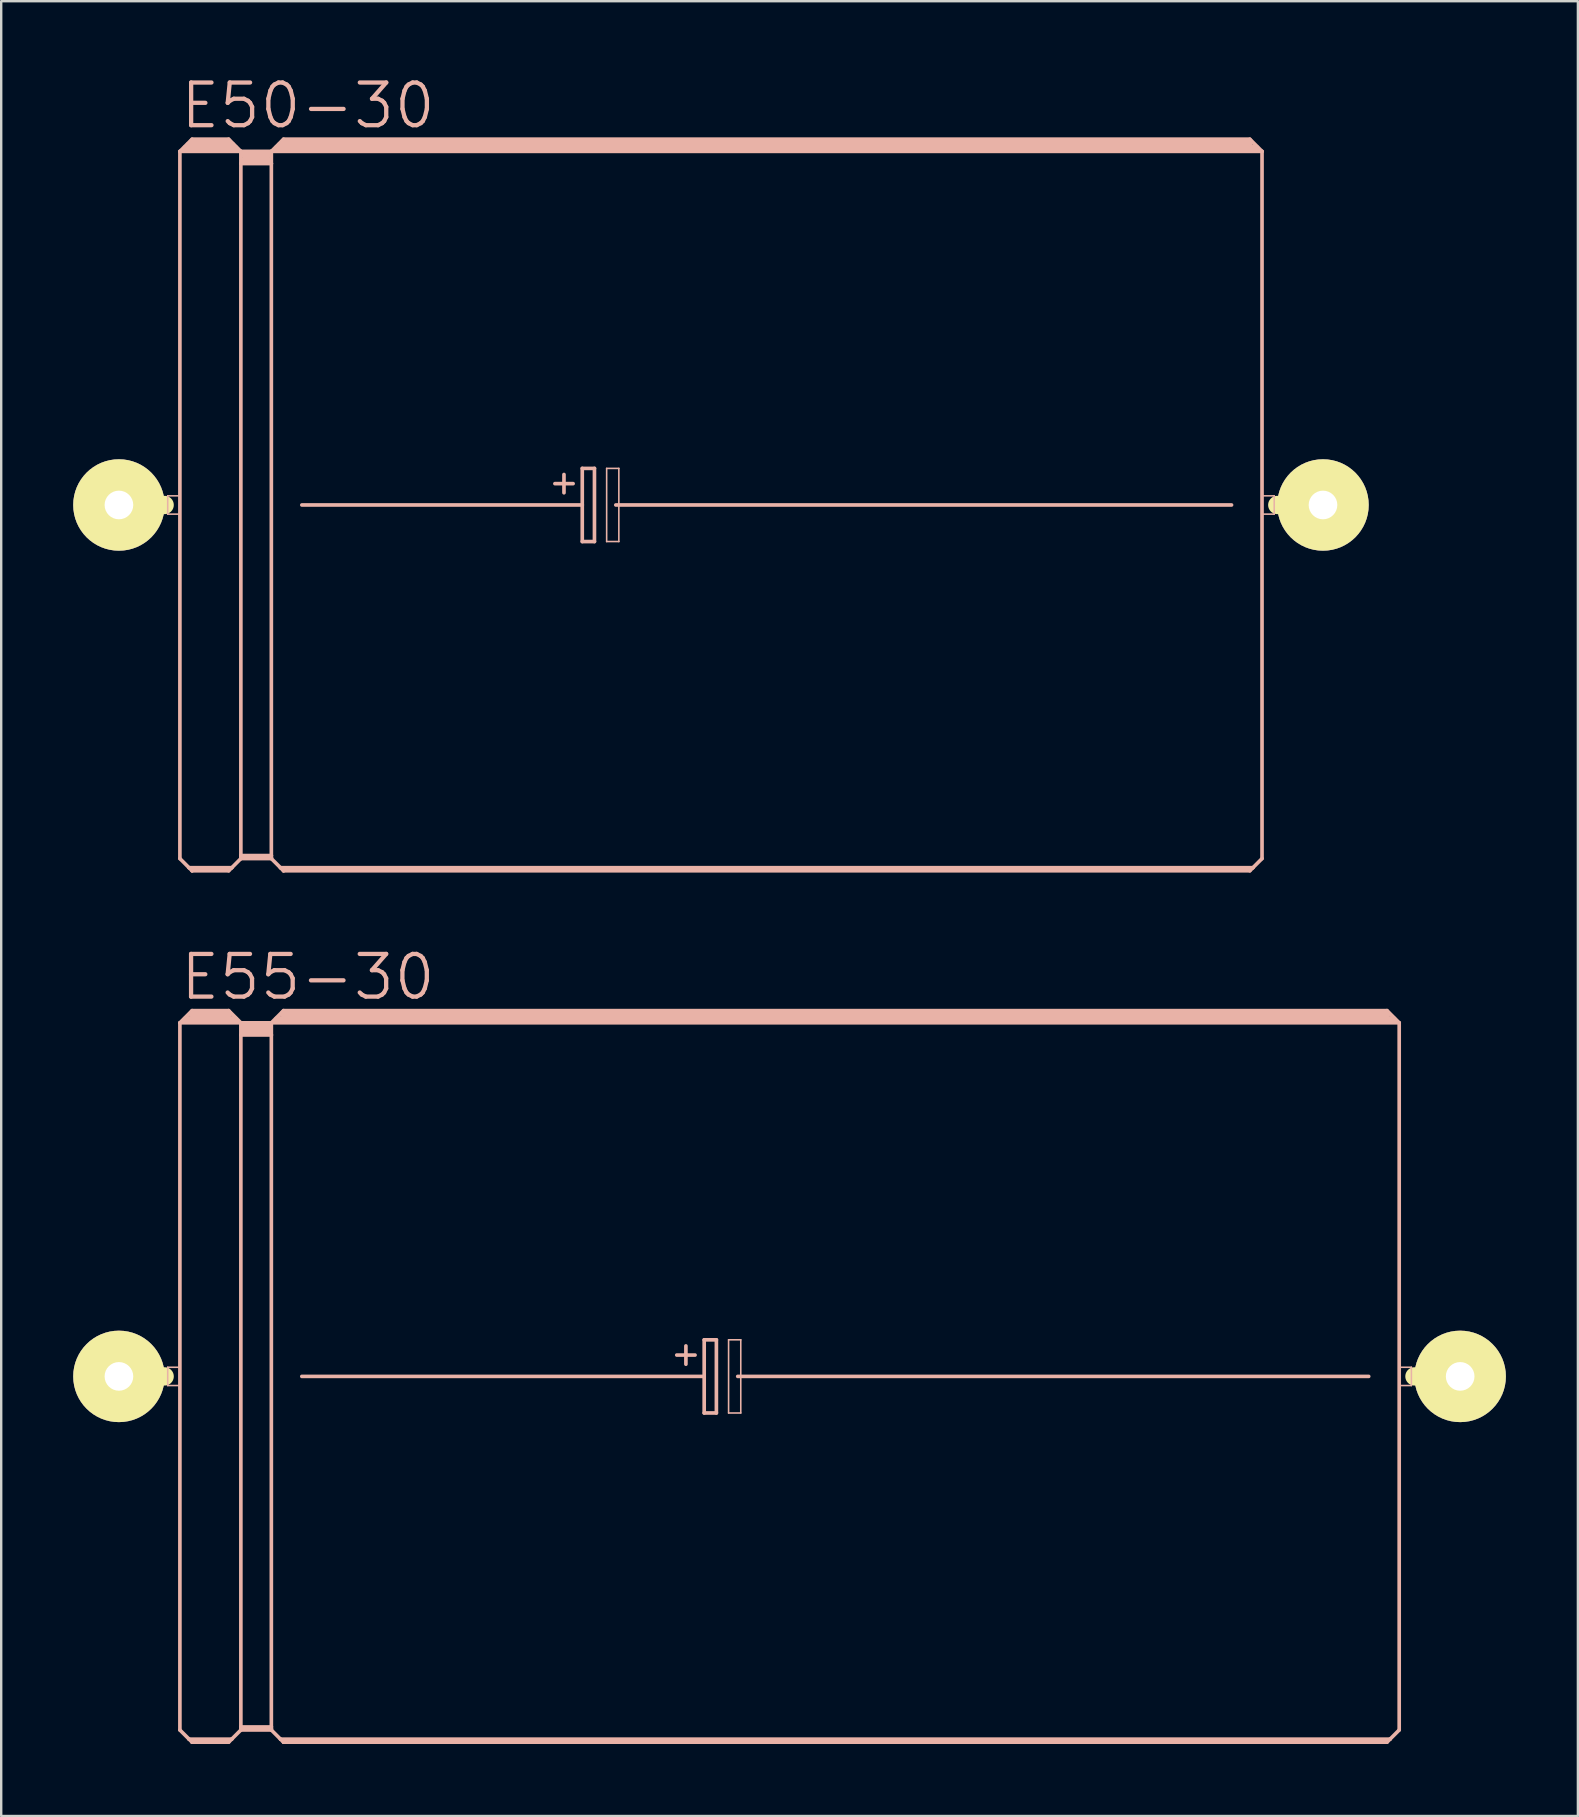
<source format=kicad_pcb>
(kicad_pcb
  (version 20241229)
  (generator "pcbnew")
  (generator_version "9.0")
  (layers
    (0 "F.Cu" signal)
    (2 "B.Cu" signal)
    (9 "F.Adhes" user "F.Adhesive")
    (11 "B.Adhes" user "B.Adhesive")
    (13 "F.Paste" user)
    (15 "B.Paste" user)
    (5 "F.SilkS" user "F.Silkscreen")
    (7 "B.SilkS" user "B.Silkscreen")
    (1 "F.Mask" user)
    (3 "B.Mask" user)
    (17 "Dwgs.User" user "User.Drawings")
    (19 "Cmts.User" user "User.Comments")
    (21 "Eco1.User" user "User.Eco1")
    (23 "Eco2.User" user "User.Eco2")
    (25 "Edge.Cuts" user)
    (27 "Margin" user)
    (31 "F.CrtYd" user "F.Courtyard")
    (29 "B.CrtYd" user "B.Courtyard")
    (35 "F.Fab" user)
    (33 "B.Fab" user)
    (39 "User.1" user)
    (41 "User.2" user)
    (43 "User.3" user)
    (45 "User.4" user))
  (footprint "E55-30"
    (layer "F.Cu")
    (at 29.845 54.295)
    (property "Reference" "E55-30" (at -20.066 -16.637 0) (layer "B.SilkS") (effects (font (size 1.778 1.778) (thickness 0.178))))
    (attr exclude_from_pos_files exclude_from_bom)
    (fp_line (start -27.94 0) (end -26.035 0) (stroke (width 0.762) (type solid)) (layer "F.SilkS"))
    (fp_line (start 27.94 0) (end 26.035 0) (stroke (width 0.762) (type solid)) (layer "F.SilkS"))
    (fp_line (start -25.908 -0.381) (end -25.4 -0.381) (stroke (width 0.066) (type solid)) (layer "B.SilkS"))
    (fp_line (start -25.908 0.381) (end -25.908 -0.381) (stroke (width 0.066) (type solid)) (layer "B.SilkS"))
    (fp_line (start -25.908 0.381) (end -25.4 0.381) (stroke (width 0.066) (type solid)) (layer "B.SilkS"))
    (fp_line (start -25.4 -14.732) (end -25.4 14.732) (stroke (width 0.152) (type solid)) (layer "B.SilkS"))
    (fp_line (start -25.4 -14.732) (end -24.892 -15.24) (stroke (width 0.152) (type solid)) (layer "B.SilkS"))
    (fp_line (start -25.4 -14.732) (end -22.86 -14.732) (stroke (width 0.152) (type solid)) (layer "B.SilkS"))
    (fp_line (start -25.4 0.381) (end -25.4 -0.381) (stroke (width 0.066) (type solid)) (layer "B.SilkS"))
    (fp_line (start -25.4 14.732) (end -25.019 15.113) (stroke (width 0.152) (type solid)) (layer "B.SilkS"))
    (fp_line (start -25.146 -14.859) (end -23.114 -14.859) (stroke (width 0.305) (type solid)) (layer "B.SilkS"))
    (fp_line (start -25.019 15.113) (end -24.892 15.24) (stroke (width 0.152) (type solid)) (layer "B.SilkS"))
    (fp_line (start -25.019 15.113) (end -23.241 15.113) (stroke (width 0.152) (type solid)) (layer "B.SilkS"))
    (fp_line (start -24.892 -15.24) (end -23.368 -15.24) (stroke (width 0.152) (type solid)) (layer "B.SilkS"))
    (fp_line (start -24.892 -15.113) (end -23.368 -15.113) (stroke (width 0.305) (type solid)) (layer "B.SilkS"))
    (fp_line (start -24.892 15.189) (end -23.368 15.189) (stroke (width 0.152) (type solid)) (layer "B.SilkS"))
    (fp_line (start -24.892 15.24) (end -24.892 15.189) (stroke (width 0.152) (type solid)) (layer "B.SilkS"))
    (fp_line (start -24.892 15.24) (end -23.368 15.24) (stroke (width 0.152) (type solid)) (layer "B.SilkS"))
    (fp_line (start -23.368 -15.24) (end -22.86 -14.732) (stroke (width 0.152) (type solid)) (layer "B.SilkS"))
    (fp_line (start -23.368 15.24) (end -23.241 15.113) (stroke (width 0.152) (type solid)) (layer "B.SilkS"))
    (fp_line (start -23.241 15.113) (end -22.86 14.732) (stroke (width 0.152) (type solid)) (layer "B.SilkS"))
    (fp_line (start -22.86 -14.732) (end -21.59 -14.732) (stroke (width 0.152) (type solid)) (layer "B.SilkS"))
    (fp_line (start -22.86 -14.224) (end -22.86 -14.732) (stroke (width 0.152) (type solid)) (layer "B.SilkS"))
    (fp_line (start -22.86 -14.224) (end -21.59 -14.224) (stroke (width 0.152) (type solid)) (layer "B.SilkS"))
    (fp_line (start -22.86 14.605) (end -22.86 -14.224) (stroke (width 0.152) (type solid)) (layer "B.SilkS"))
    (fp_line (start -22.86 14.605) (end -21.59 14.605) (stroke (width 0.152) (type solid)) (layer "B.SilkS"))
    (fp_line (start -22.86 14.681) (end -22.86 14.605) (stroke (width 0.152) (type solid)) (layer "B.SilkS"))
    (fp_line (start -22.86 14.681) (end -21.59 14.681) (stroke (width 0.152) (type solid)) (layer "B.SilkS"))
    (fp_line (start -22.86 14.732) (end -22.86 14.681) (stroke (width 0.152) (type solid)) (layer "B.SilkS"))
    (fp_line (start -22.86 14.732) (end -21.59 14.732) (stroke (width 0.152) (type solid)) (layer "B.SilkS"))
    (fp_line (start -22.733 -14.605) (end -21.717 -14.605) (stroke (width 0.305) (type solid)) (layer "B.SilkS"))
    (fp_line (start -22.733 -14.348) (end -21.717 -14.348) (stroke (width 0.305) (type solid)) (layer "B.SilkS"))
    (fp_line (start -21.59 -14.732) (end -21.082 -15.24) (stroke (width 0.152) (type solid)) (layer "B.SilkS"))
    (fp_line (start -21.59 -14.732) (end 25.4 -14.732) (stroke (width 0.152) (type solid)) (layer "B.SilkS"))
    (fp_line (start -21.59 -14.224) (end -21.59 -14.732) (stroke (width 0.152) (type solid)) (layer "B.SilkS"))
    (fp_line (start -21.59 14.605) (end -21.59 -14.224) (stroke (width 0.152) (type solid)) (layer "B.SilkS"))
    (fp_line (start -21.59 14.681) (end -21.59 14.605) (stroke (width 0.152) (type solid)) (layer "B.SilkS"))
    (fp_line (start -21.59 14.732) (end -21.59 14.681) (stroke (width 0.152) (type solid)) (layer "B.SilkS"))
    (fp_line (start -21.59 14.732) (end -21.209 15.113) (stroke (width 0.152) (type solid)) (layer "B.SilkS"))
    (fp_line (start -21.336 -14.859) (end 25.146 -14.859) (stroke (width 0.305) (type solid)) (layer "B.SilkS"))
    (fp_line (start -21.209 15.113) (end -21.082 15.24) (stroke (width 0.152) (type solid)) (layer "B.SilkS"))
    (fp_line (start -21.209 15.113) (end 25.019 15.113) (stroke (width 0.152) (type solid)) (layer "B.SilkS"))
    (fp_line (start -21.082 -15.24) (end 24.892 -15.24) (stroke (width 0.152) (type solid)) (layer "B.SilkS"))
    (fp_line (start -21.082 -15.113) (end 24.892 -15.113) (stroke (width 0.305) (type solid)) (layer "B.SilkS"))
    (fp_line (start -21.082 15.189) (end 24.892 15.189) (stroke (width 0.152) (type solid)) (layer "B.SilkS"))
    (fp_line (start -21.082 15.24) (end -21.082 15.189) (stroke (width 0.152) (type solid)) (layer "B.SilkS"))
    (fp_line (start -21.082 15.24) (end 24.892 15.24) (stroke (width 0.152) (type solid)) (layer "B.SilkS"))
    (fp_line (start -20.32 0) (end -3.556 0) (stroke (width 0.152) (type solid)) (layer "B.SilkS"))
    (fp_line (start -4.699 -0.889) (end -3.937 -0.889) (stroke (width 0.152) (type solid)) (layer "B.SilkS"))
    (fp_line (start -4.318 -1.27) (end -4.318 -0.508) (stroke (width 0.152) (type solid)) (layer "B.SilkS"))
    (fp_line (start -3.556 -1.524) (end -3.556 0) (stroke (width 0.152) (type solid)) (layer "B.SilkS"))
    (fp_line (start -3.556 0) (end -3.556 1.524) (stroke (width 0.152) (type solid)) (layer "B.SilkS"))
    (fp_line (start -3.556 1.524) (end -3.048 1.524) (stroke (width 0.152) (type solid)) (layer "B.SilkS"))
    (fp_line (start -3.048 -1.524) (end -3.556 -1.524) (stroke (width 0.152) (type solid)) (layer "B.SilkS"))
    (fp_line (start -3.048 1.524) (end -3.048 -1.524) (stroke (width 0.152) (type solid)) (layer "B.SilkS"))
    (fp_line (start -2.54 -1.524) (end -2.032 -1.524) (stroke (width 0.066) (type solid)) (layer "B.SilkS"))
    (fp_line (start -2.54 1.524) (end -2.54 -1.524) (stroke (width 0.066) (type solid)) (layer "B.SilkS"))
    (fp_line (start -2.54 1.524) (end -2.032 1.524) (stroke (width 0.066) (type solid)) (layer "B.SilkS"))
    (fp_line (start -2.159 0) (end 24.13 0) (stroke (width 0.152) (type solid)) (layer "B.SilkS"))
    (fp_line (start -2.032 1.524) (end -2.032 -1.524) (stroke (width 0.066) (type solid)) (layer "B.SilkS"))
    (fp_line (start 24.892 -15.24) (end 25.4 -14.732) (stroke (width 0.152) (type solid)) (layer "B.SilkS"))
    (fp_line (start 24.892 15.24) (end 25.019 15.113) (stroke (width 0.152) (type solid)) (layer "B.SilkS"))
    (fp_line (start 25.019 15.113) (end 25.4 14.732) (stroke (width 0.152) (type solid)) (layer "B.SilkS"))
    (fp_line (start 25.4 -14.732) (end 25.4 14.732) (stroke (width 0.152) (type solid)) (layer "B.SilkS"))
    (fp_line (start 25.4 -0.381) (end 25.908 -0.381) (stroke (width 0.066) (type solid)) (layer "B.SilkS"))
    (fp_line (start 25.4 0.381) (end 25.4 -0.381) (stroke (width 0.066) (type solid)) (layer "B.SilkS"))
    (fp_line (start 25.4 0.381) (end 25.908 0.381) (stroke (width 0.066) (type solid)) (layer "B.SilkS"))
    (fp_line (start 25.908 0.381) (end 25.908 -0.381) (stroke (width 0.066) (type solid)) (layer "B.SilkS"))
    (pad "+" thru_hole circle (at -27.94 0) (size 3.81 3.81) (drill 1.194) (layers "*.Cu" "F.Mask" "F.SilkS" "F.Paste"))
    (pad "-" thru_hole circle (at 27.94 0) (size 3.81 3.81) (drill 1.194) (layers "*.Cu" "F.Mask" "F.SilkS" "F.Paste")))
  (footprint "E50-30"
    (layer "F.Cu")
    (at 27.305 17.989)
    (property "Reference" "E50-30" (at -17.523 -16.637 0) (layer "B.SilkS") (effects (font (size 1.778 1.778) (thickness 0.178))))
    (attr exclude_from_pos_files exclude_from_bom)
    (fp_line (start -25.4 0) (end -23.495 0) (stroke (width 0.762) (type solid)) (layer "F.SilkS"))
    (fp_line (start 24.765 0) (end 22.86 0) (stroke (width 0.762) (type solid)) (layer "F.SilkS"))
    (fp_line (start -23.368 -0.381) (end -22.86 -0.381) (stroke (width 0.066) (type solid)) (layer "B.SilkS"))
    (fp_line (start -23.368 0.381) (end -23.368 -0.381) (stroke (width 0.066) (type solid)) (layer "B.SilkS"))
    (fp_line (start -23.368 0.381) (end -22.86 0.381) (stroke (width 0.066) (type solid)) (layer "B.SilkS"))
    (fp_line (start -22.86 -14.732) (end -22.86 14.732) (stroke (width 0.152) (type solid)) (layer "B.SilkS"))
    (fp_line (start -22.86 -14.732) (end -22.352 -15.24) (stroke (width 0.152) (type solid)) (layer "B.SilkS"))
    (fp_line (start -22.86 -14.732) (end -20.32 -14.732) (stroke (width 0.152) (type solid)) (layer "B.SilkS"))
    (fp_line (start -22.86 0.381) (end -22.86 -0.381) (stroke (width 0.066) (type solid)) (layer "B.SilkS"))
    (fp_line (start -22.86 14.732) (end -22.479 15.113) (stroke (width 0.152) (type solid)) (layer "B.SilkS"))
    (fp_line (start -22.606 -14.859) (end -22.479 -14.859) (stroke (width 0.305) (type solid)) (layer "B.SilkS"))
    (fp_line (start -22.479 -14.859) (end -22.479 -14.986) (stroke (width 0.305) (type solid)) (layer "B.SilkS"))
    (fp_line (start -22.479 -14.859) (end -20.698 -14.859) (stroke (width 0.305) (type solid)) (layer "B.SilkS"))
    (fp_line (start -22.479 15.113) (end -22.352 15.24) (stroke (width 0.152) (type solid)) (layer "B.SilkS"))
    (fp_line (start -22.479 15.113) (end -20.698 15.113) (stroke (width 0.152) (type solid)) (layer "B.SilkS"))
    (fp_line (start -22.352 -15.24) (end -20.828 -15.24) (stroke (width 0.152) (type solid)) (layer "B.SilkS"))
    (fp_line (start -22.352 -15.113) (end -20.828 -15.113) (stroke (width 0.305) (type solid)) (layer "B.SilkS"))
    (fp_line (start -22.352 15.189) (end -20.828 15.189) (stroke (width 0.152) (type solid)) (layer "B.SilkS"))
    (fp_line (start -22.352 15.24) (end -22.352 15.189) (stroke (width 0.152) (type solid)) (layer "B.SilkS"))
    (fp_line (start -22.352 15.24) (end -20.828 15.24) (stroke (width 0.152) (type solid)) (layer "B.SilkS"))
    (fp_line (start -20.698 -14.859) (end -20.698 -14.986) (stroke (width 0.305) (type solid)) (layer "B.SilkS"))
    (fp_line (start -20.698 -14.859) (end -20.574 -14.859) (stroke (width 0.305) (type solid)) (layer "B.SilkS"))
    (fp_line (start -20.698 15.113) (end -20.828 15.24) (stroke (width 0.152) (type solid)) (layer "B.SilkS"))
    (fp_line (start -20.32 -14.732) (end -20.828 -15.24) (stroke (width 0.152) (type solid)) (layer "B.SilkS"))
    (fp_line (start -20.32 -14.732) (end -20.32 -14.224) (stroke (width 0.152) (type solid)) (layer "B.SilkS"))
    (fp_line (start -20.32 -14.732) (end -19.05 -14.732) (stroke (width 0.152) (type solid)) (layer "B.SilkS"))
    (fp_line (start -20.32 -14.224) (end -20.32 14.605) (stroke (width 0.152) (type solid)) (layer "B.SilkS"))
    (fp_line (start -20.32 -14.224) (end -19.05 -14.224) (stroke (width 0.152) (type solid)) (layer "B.SilkS"))
    (fp_line (start -20.32 14.605) (end -20.32 14.681) (stroke (width 0.152) (type solid)) (layer "B.SilkS"))
    (fp_line (start -20.32 14.605) (end -19.05 14.605) (stroke (width 0.152) (type solid)) (layer "B.SilkS"))
    (fp_line (start -20.32 14.681) (end -20.32 14.732) (stroke (width 0.152) (type solid)) (layer "B.SilkS"))
    (fp_line (start -20.32 14.681) (end -19.05 14.681) (stroke (width 0.152) (type solid)) (layer "B.SilkS"))
    (fp_line (start -20.32 14.732) (end -20.698 15.113) (stroke (width 0.152) (type solid)) (layer "B.SilkS"))
    (fp_line (start -20.32 14.732) (end -19.05 14.732) (stroke (width 0.152) (type solid)) (layer "B.SilkS"))
    (fp_line (start -20.193 -14.605) (end -19.177 -14.605) (stroke (width 0.305) (type solid)) (layer "B.SilkS"))
    (fp_line (start -20.193 -14.348) (end -19.177 -14.348) (stroke (width 0.305) (type solid)) (layer "B.SilkS"))
    (fp_line (start -19.05 -14.732) (end -19.05 -14.224) (stroke (width 0.152) (type solid)) (layer "B.SilkS"))
    (fp_line (start -19.05 -14.732) (end 22.225 -14.732) (stroke (width 0.152) (type solid)) (layer "B.SilkS"))
    (fp_line (start -19.05 -14.224) (end -19.05 14.605) (stroke (width 0.152) (type solid)) (layer "B.SilkS"))
    (fp_line (start -19.05 14.605) (end -19.05 14.681) (stroke (width 0.152) (type solid)) (layer "B.SilkS"))
    (fp_line (start -19.05 14.681) (end -19.05 14.732) (stroke (width 0.152) (type solid)) (layer "B.SilkS"))
    (fp_line (start -19.05 14.732) (end -18.669 15.113) (stroke (width 0.152) (type solid)) (layer "B.SilkS"))
    (fp_line (start -18.796 -14.859) (end -18.669 -14.859) (stroke (width 0.305) (type solid)) (layer "B.SilkS"))
    (fp_line (start -18.669 -14.859) (end -18.669 -14.986) (stroke (width 0.305) (type solid)) (layer "B.SilkS"))
    (fp_line (start -18.669 -14.859) (end 21.971 -14.859) (stroke (width 0.305) (type solid)) (layer "B.SilkS"))
    (fp_line (start -18.669 15.113) (end -18.542 15.24) (stroke (width 0.152) (type solid)) (layer "B.SilkS"))
    (fp_line (start -18.669 15.113) (end 21.844 15.113) (stroke (width 0.152) (type solid)) (layer "B.SilkS"))
    (fp_line (start -18.542 -15.24) (end -19.05 -14.732) (stroke (width 0.152) (type solid)) (layer "B.SilkS"))
    (fp_line (start -18.542 -15.24) (end 21.717 -15.24) (stroke (width 0.152) (type solid)) (layer "B.SilkS"))
    (fp_line (start -18.542 -15.113) (end 21.717 -15.113) (stroke (width 0.305) (type solid)) (layer "B.SilkS"))
    (fp_line (start -18.542 15.189) (end 21.717 15.189) (stroke (width 0.152) (type solid)) (layer "B.SilkS"))
    (fp_line (start -18.542 15.24) (end -18.542 15.189) (stroke (width 0.152) (type solid)) (layer "B.SilkS"))
    (fp_line (start -17.78 0) (end -6.096 0) (stroke (width 0.152) (type solid)) (layer "B.SilkS"))
    (fp_line (start -7.236 -0.889) (end -6.477 -0.889) (stroke (width 0.152) (type solid)) (layer "B.SilkS"))
    (fp_line (start -6.858 -1.27) (end -6.858 -0.508) (stroke (width 0.152) (type solid)) (layer "B.SilkS"))
    (fp_line (start -6.096 -1.524) (end -6.096 0) (stroke (width 0.152) (type solid)) (layer "B.SilkS"))
    (fp_line (start -6.096 0) (end -6.096 1.524) (stroke (width 0.152) (type solid)) (layer "B.SilkS"))
    (fp_line (start -6.096 1.524) (end -5.588 1.524) (stroke (width 0.152) (type solid)) (layer "B.SilkS"))
    (fp_line (start -5.588 -1.524) (end -6.096 -1.524) (stroke (width 0.152) (type solid)) (layer "B.SilkS"))
    (fp_line (start -5.588 1.524) (end -5.588 -1.524) (stroke (width 0.152) (type solid)) (layer "B.SilkS"))
    (fp_line (start -5.08 -1.524) (end -4.572 -1.524) (stroke (width 0.066) (type solid)) (layer "B.SilkS"))
    (fp_line (start -5.08 1.524) (end -5.08 -1.524) (stroke (width 0.066) (type solid)) (layer "B.SilkS"))
    (fp_line (start -5.08 1.524) (end -4.572 1.524) (stroke (width 0.066) (type solid)) (layer "B.SilkS"))
    (fp_line (start -4.699 0) (end 20.955 0) (stroke (width 0.152) (type solid)) (layer "B.SilkS"))
    (fp_line (start -4.572 1.524) (end -4.572 -1.524) (stroke (width 0.066) (type solid)) (layer "B.SilkS"))
    (fp_line (start 21.717 -15.24) (end 22.225 -14.732) (stroke (width 0.152) (type solid)) (layer "B.SilkS"))
    (fp_line (start 21.717 15.24) (end -18.542 15.24) (stroke (width 0.152) (type solid)) (layer "B.SilkS"))
    (fp_line (start 21.844 15.113) (end 21.717 15.24) (stroke (width 0.152) (type solid)) (layer "B.SilkS"))
    (fp_line (start 22.225 -14.732) (end 22.225 14.732) (stroke (width 0.152) (type solid)) (layer "B.SilkS"))
    (fp_line (start 22.225 -0.381) (end 22.733 -0.381) (stroke (width 0.066) (type solid)) (layer "B.SilkS"))
    (fp_line (start 22.225 0.381) (end 22.225 -0.381) (stroke (width 0.066) (type solid)) (layer "B.SilkS"))
    (fp_line (start 22.225 0.381) (end 22.733 0.381) (stroke (width 0.066) (type solid)) (layer "B.SilkS"))
    (fp_line (start 22.225 14.732) (end 21.844 15.113) (stroke (width 0.152) (type solid)) (layer "B.SilkS"))
    (fp_line (start 22.733 0.381) (end 22.733 -0.381) (stroke (width 0.066) (type solid)) (layer "B.SilkS"))
    (pad "+" thru_hole circle (at -25.4 0) (size 3.81 3.81) (drill 1.194) (layers "*.Cu" "F.Mask" "F.SilkS" "F.Paste"))
    (pad "-" thru_hole circle (at 24.765 0) (size 3.81 3.81) (drill 1.194) (layers "*.Cu" "F.Mask" "F.SilkS" "F.Paste")))
  (gr_rect
    (start -3 -3)
    (end 62.69 72.611)
    (stroke (width 0.1) (type default))
    (fill no)
    (layer "Edge.Cuts")))
</source>
